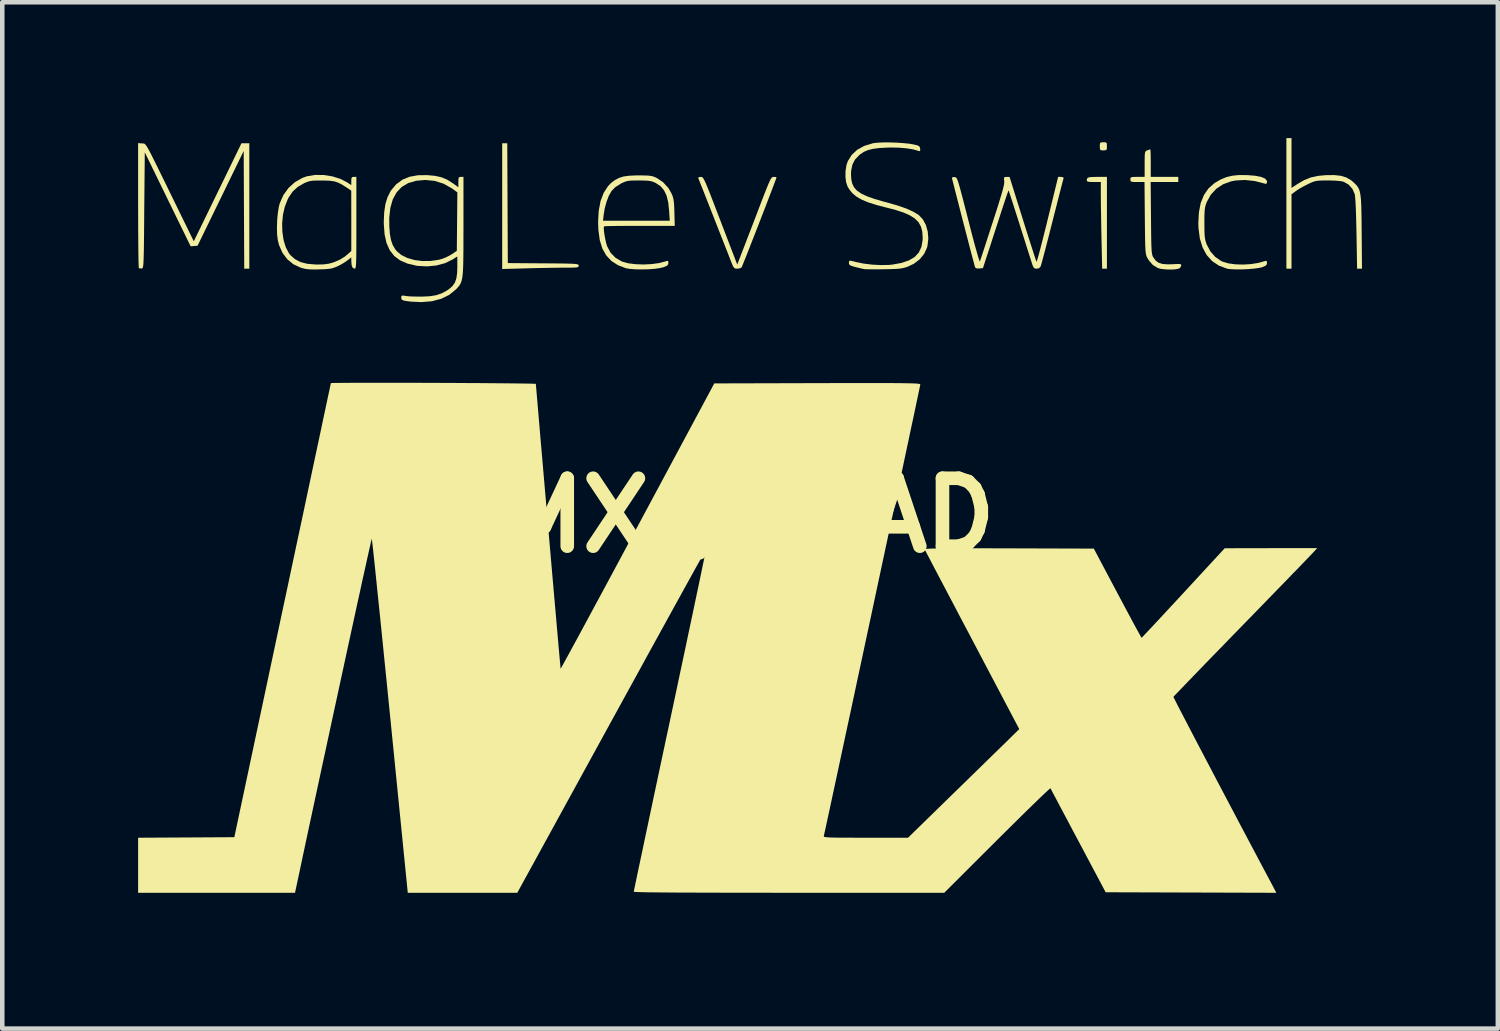
<source format=kicad_pcb>
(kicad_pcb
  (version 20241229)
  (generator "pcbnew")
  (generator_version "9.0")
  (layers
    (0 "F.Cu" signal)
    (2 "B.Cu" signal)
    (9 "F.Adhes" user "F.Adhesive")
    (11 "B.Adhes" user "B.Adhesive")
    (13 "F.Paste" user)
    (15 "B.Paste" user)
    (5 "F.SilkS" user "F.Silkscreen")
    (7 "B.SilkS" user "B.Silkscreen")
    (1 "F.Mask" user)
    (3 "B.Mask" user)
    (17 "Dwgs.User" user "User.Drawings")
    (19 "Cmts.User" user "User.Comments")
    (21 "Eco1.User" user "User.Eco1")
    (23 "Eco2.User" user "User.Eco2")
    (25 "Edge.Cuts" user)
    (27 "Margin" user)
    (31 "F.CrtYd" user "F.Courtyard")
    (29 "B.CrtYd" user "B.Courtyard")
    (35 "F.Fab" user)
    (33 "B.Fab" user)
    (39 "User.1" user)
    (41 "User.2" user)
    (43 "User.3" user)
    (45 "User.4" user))
  (footprint "MX_KiCAD"
    (layer "F.Cu")
    (at 13.511 8.332)
    (property "Reference" "MX_KiCAD" (at 0 0 0) (layer "F.SilkS") (effects (font (size 1.5 1.5) (thickness 0.3))))
    (attr board_only exclude_from_pos_files exclude_from_bom)
    (fp_poly (pts (xy 7.853 -8.239) (xy 7.875 -8.222) (xy 7.881 -8.178) (xy 7.881 -8.151) (xy 7.879 -8.094) (xy 7.864 -8.068) (xy 7.826 -8.062) (xy 7.802 -8.061) (xy 7.752 -8.064) (xy 7.73 -8.081) (xy 7.724 -8.125) (xy 7.724 -8.151) (xy 7.726 -8.209) (xy 7.741 -8.235) (xy 7.779 -8.241) (xy 7.802 -8.241)) (stroke (width 0) (type solid)) (fill yes) (layer "F.SilkS"))
    (fp_poly (pts (xy 7.881 -6.463) (xy 7.881 -5.449) (xy 7.829 -5.449) (xy 7.776 -5.449) (xy 7.761 -6.128) (xy 7.757 -6.316) (xy 7.754 -6.503) (xy 7.751 -6.682) (xy 7.748 -6.844) (xy 7.747 -6.979) (xy 7.746 -7.079) (xy 7.746 -7.085) (xy 7.746 -7.363) (xy 7.588 -7.363) (xy 7.502 -7.365) (xy 7.453 -7.373) (xy 7.435 -7.392) (xy 7.439 -7.425) (xy 7.445 -7.44) (xy 7.459 -7.457) (xy 7.493 -7.468) (xy 7.554 -7.474) (xy 7.65 -7.476) (xy 7.67 -7.476) (xy 7.881 -7.476)) (stroke (width 0) (type solid)) (fill yes) (layer "F.SilkS"))
    (fp_poly (pts (xy -5.354 -6.896) (xy -5.348 -5.573) (xy -4.565 -5.567) (xy -4.357 -5.566) (xy -4.19 -5.564) (xy -4.058 -5.562) (xy -3.959 -5.559) (xy -3.887 -5.556) (xy -3.838 -5.551) (xy -3.807 -5.545) (xy -3.791 -5.538) (xy -3.784 -5.528) (xy -3.783 -5.517) (xy -3.785 -5.498) (xy -3.798 -5.486) (xy -3.827 -5.478) (xy -3.88 -5.474) (xy -3.963 -5.472) (xy -4.083 -5.472) (xy -4.197 -5.471) (xy -4.343 -5.469) (xy -4.512 -5.466) (xy -4.69 -5.463) (xy -4.868 -5.459) (xy -4.928 -5.457) (xy -5.472 -5.442) (xy -5.472 -6.831) (xy -5.472 -8.219) (xy -5.416 -8.219) (xy -5.36 -8.219)) (stroke (width 0) (type solid)) (fill yes) (layer "F.SilkS"))
    (fp_poly (pts (xy -13.426 -8.215) (xy -13.408 -8.214) (xy -13.393 -8.214) (xy -13.379 -8.212) (xy -13.365 -8.204) (xy -13.348 -8.187) (xy -13.327 -8.16) (xy -13.302 -8.118) (xy -13.269 -8.059) (xy -13.227 -7.98) (xy -13.176 -7.878) (xy -13.112 -7.75) (xy -13.035 -7.593) (xy -12.942 -7.404) (xy -12.833 -7.181) (xy -12.715 -6.939) (xy -12.282 -6.054) (xy -11.755 -7.136) (xy -11.229 -8.219) (xy -11.143 -8.219) (xy -11.056 -8.219) (xy -11.056 -6.834) (xy -11.056 -5.449) (xy -11.112 -5.449) (xy -11.168 -5.449) (xy -11.174 -6.749) (xy -11.18 -8.048) (xy -11.689 -7.002) (xy -12.199 -5.956) (xy -12.275 -5.95) (xy -12.351 -5.943) (xy -12.858 -6.981) (xy -13.364 -8.019) (xy -13.376 -6.74) (xy -13.378 -6.468) (xy -13.38 -6.237) (xy -13.382 -6.045) (xy -13.384 -5.887) (xy -13.387 -5.761) (xy -13.39 -5.662) (xy -13.393 -5.587) (xy -13.397 -5.533) (xy -13.402 -5.497) (xy -13.408 -5.474) (xy -13.415 -5.461) (xy -13.424 -5.456) (xy -13.433 -5.454) (xy -13.477 -5.455) (xy -13.495 -5.463) (xy -13.498 -5.488) (xy -13.5 -5.554) (xy -13.503 -5.657) (xy -13.505 -5.793) (xy -13.507 -5.959) (xy -13.508 -6.15) (xy -13.51 -6.363) (xy -13.51 -6.593) (xy -13.511 -6.837) (xy -13.511 -6.851) (xy -13.511 -8.222)) (stroke (width 0) (type solid)) (fill yes) (layer "F.SilkS"))
    (fp_poly (pts (xy 11.957 -7.782) (xy 11.957 -7.232) (xy 12.086 -7.317) (xy 12.235 -7.404) (xy 12.38 -7.463) (xy 12.538 -7.498) (xy 12.723 -7.515) (xy 12.724 -7.515) (xy 12.903 -7.516) (xy 13.048 -7.5) (xy 13.167 -7.463) (xy 13.268 -7.405) (xy 13.313 -7.368) (xy 13.358 -7.326) (xy 13.396 -7.287) (xy 13.426 -7.246) (xy 13.45 -7.198) (xy 13.468 -7.138) (xy 13.481 -7.063) (xy 13.491 -6.966) (xy 13.497 -6.844) (xy 13.501 -6.691) (xy 13.504 -6.502) (xy 13.506 -6.274) (xy 13.506 -6.266) (xy 13.513 -5.449) (xy 13.459 -5.449) (xy 13.405 -5.449) (xy 13.392 -6.221) (xy 13.387 -6.439) (xy 13.382 -6.633) (xy 13.376 -6.799) (xy 13.369 -6.934) (xy 13.361 -7.033) (xy 13.354 -7.092) (xy 13.352 -7.097) (xy 13.302 -7.212) (xy 13.218 -7.306) (xy 13.111 -7.367) (xy 13.11 -7.368) (xy 13.044 -7.382) (xy 12.942 -7.392) (xy 12.814 -7.397) (xy 12.756 -7.397) (xy 12.641 -7.397) (xy 12.558 -7.393) (xy 12.495 -7.385) (xy 12.44 -7.37) (xy 12.38 -7.345) (xy 12.317 -7.315) (xy 12.223 -7.267) (xy 12.13 -7.214) (xy 12.059 -7.168) (xy 12.053 -7.163) (xy 11.957 -7.093) (xy 11.957 -6.271) (xy 11.957 -5.449) (xy 11.901 -5.449) (xy 11.844 -5.449) (xy 11.844 -6.89) (xy 11.844 -8.332) (xy 11.901 -8.332) (xy 11.957 -8.332)) (stroke (width 0) (type solid)) (fill yes) (layer "F.SilkS"))
    (fp_poly (pts (xy 10.977 -7.515) (xy 10.987 -7.515) (xy 11.157 -7.501) (xy 11.284 -7.476) (xy 11.368 -7.442) (xy 11.411 -7.397) (xy 11.416 -7.369) (xy 11.409 -7.329) (xy 11.382 -7.324) (xy 11.377 -7.325) (xy 11.143 -7.385) (xy 10.928 -7.408) (xy 10.725 -7.397) (xy 10.625 -7.378) (xy 10.448 -7.314) (xy 10.297 -7.215) (xy 10.175 -7.083) (xy 10.085 -6.92) (xy 10.083 -6.915) (xy 10.063 -6.86) (xy 10.049 -6.806) (xy 10.04 -6.743) (xy 10.035 -6.661) (xy 10.033 -6.551) (xy 10.033 -6.451) (xy 10.034 -6.315) (xy 10.037 -6.215) (xy 10.043 -6.139) (xy 10.054 -6.079) (xy 10.07 -6.024) (xy 10.086 -5.98) (xy 10.166 -5.831) (xy 10.274 -5.708) (xy 10.404 -5.619) (xy 10.432 -5.606) (xy 10.556 -5.568) (xy 10.71 -5.546) (xy 10.88 -5.54) (xy 11.056 -5.55) (xy 11.223 -5.576) (xy 11.37 -5.617) (xy 11.382 -5.621) (xy 11.408 -5.619) (xy 11.416 -5.58) (xy 11.416 -5.578) (xy 11.409 -5.54) (xy 11.38 -5.513) (xy 11.319 -5.486) (xy 11.31 -5.482) (xy 11.237 -5.465) (xy 11.133 -5.451) (xy 11.007 -5.44) (xy 10.874 -5.434) (xy 10.744 -5.433) (xy 10.631 -5.437) (xy 10.546 -5.447) (xy 10.533 -5.45) (xy 10.355 -5.516) (xy 10.205 -5.616) (xy 10.085 -5.749) (xy 9.994 -5.916) (xy 9.933 -6.114) (xy 9.903 -6.344) (xy 9.899 -6.451) (xy 9.912 -6.692) (xy 9.952 -6.9) (xy 10.023 -7.075) (xy 10.123 -7.221) (xy 10.256 -7.339) (xy 10.395 -7.42) (xy 10.523 -7.472) (xy 10.654 -7.503) (xy 10.801 -7.517)) (stroke (width 0) (type solid)) (fill yes) (layer "F.SilkS"))
    (fp_poly (pts (xy -1.073 -7.475) (xy -1.059 -7.471) (xy -1.044 -7.459) (xy -1.027 -7.437) (xy -1.007 -7.4) (xy -0.981 -7.345) (xy -0.949 -7.268) (xy -0.907 -7.166) (xy -0.856 -7.036) (xy -0.793 -6.873) (xy -0.717 -6.674) (xy -0.653 -6.508) (xy -0.282 -5.54) (xy -0.18 -5.804) (xy -0.146 -5.892) (xy -0.099 -6.014) (xy -0.042 -6.163) (xy 0.023 -6.33) (xy 0.092 -6.51) (xy 0.162 -6.693) (xy 0.192 -6.772) (xy 0.265 -6.963) (xy 0.324 -7.115) (xy 0.371 -7.234) (xy 0.408 -7.323) (xy 0.437 -7.387) (xy 0.459 -7.431) (xy 0.478 -7.457) (xy 0.494 -7.47) (xy 0.51 -7.475) (xy 0.524 -7.476) (xy 0.569 -7.473) (xy 0.585 -7.465) (xy 0.578 -7.441) (xy 0.555 -7.379) (xy 0.52 -7.286) (xy 0.475 -7.166) (xy 0.42 -7.024) (xy 0.36 -6.866) (xy 0.294 -6.696) (xy 0.226 -6.52) (xy 0.157 -6.342) (xy 0.089 -6.168) (xy 0.024 -6.003) (xy -0.035 -5.852) (xy -0.087 -5.719) (xy -0.131 -5.611) (xy -0.163 -5.531) (xy -0.182 -5.486) (xy -0.186 -5.477) (xy -0.222 -5.458) (xy -0.28 -5.449) (xy -0.283 -5.449) (xy -0.32 -5.451) (xy -0.347 -5.464) (xy -0.37 -5.494) (xy -0.396 -5.551) (xy -0.425 -5.624) (xy -0.445 -5.676) (xy -0.478 -5.761) (xy -0.523 -5.875) (xy -0.576 -6.011) (xy -0.637 -6.165) (xy -0.702 -6.33) (xy -0.769 -6.502) (xy -0.837 -6.675) (xy -0.903 -6.843) (xy -0.965 -7.001) (xy -1.021 -7.143) (xy -1.069 -7.265) (xy -1.107 -7.36) (xy -1.132 -7.423) (xy -1.142 -7.448) (xy -1.133 -7.47) (xy -1.089 -7.476)) (stroke (width 0) (type solid)) (fill yes) (layer "F.SilkS"))
    (fp_poly (pts (xy 8.843 -8.063) (xy 8.846 -8.005) (xy 8.848 -7.918) (xy 8.849 -7.811) (xy 8.849 -7.78) (xy 8.849 -7.476) (xy 9.153 -7.476) (xy 9.457 -7.476) (xy 9.457 -7.42) (xy 9.457 -7.363) (xy 9.152 -7.363) (xy 8.847 -7.363) (xy 8.854 -6.57) (xy 8.856 -6.359) (xy 8.858 -6.188) (xy 8.86 -6.053) (xy 8.863 -5.948) (xy 8.867 -5.869) (xy 8.872 -5.81) (xy 8.879 -5.768) (xy 8.887 -5.737) (xy 8.898 -5.713) (xy 8.907 -5.697) (xy 8.959 -5.626) (xy 9.024 -5.579) (xy 9.11 -5.553) (xy 9.225 -5.545) (xy 9.318 -5.547) (xy 9.416 -5.552) (xy 9.477 -5.553) (xy 9.509 -5.547) (xy 9.521 -5.535) (xy 9.521 -5.514) (xy 9.521 -5.51) (xy 9.494 -5.465) (xy 9.457 -5.447) (xy 9.378 -5.434) (xy 9.276 -5.43) (xy 9.169 -5.434) (xy 9.073 -5.445) (xy 9.007 -5.463) (xy 8.896 -5.53) (xy 8.808 -5.63) (xy 8.774 -5.686) (xy 8.761 -5.711) (xy 8.751 -5.739) (xy 8.743 -5.772) (xy 8.736 -5.818) (xy 8.731 -5.88) (xy 8.727 -5.963) (xy 8.724 -6.072) (xy 8.722 -6.212) (xy 8.72 -6.389) (xy 8.718 -6.57) (xy 8.711 -7.363) (xy 8.555 -7.363) (xy 8.473 -7.364) (xy 8.427 -7.369) (xy 8.405 -7.382) (xy 8.399 -7.405) (xy 8.399 -7.42) (xy 8.401 -7.449) (xy 8.415 -7.466) (xy 8.449 -7.474) (xy 8.515 -7.476) (xy 8.557 -7.476) (xy 8.714 -7.476) (xy 8.714 -7.758) (xy 8.715 -7.875) (xy 8.716 -7.954) (xy 8.721 -8.005) (xy 8.73 -8.034) (xy 8.746 -8.05) (xy 8.769 -8.061) (xy 8.772 -8.062) (xy 8.818 -8.078) (xy 8.84 -8.084)) (stroke (width 0) (type solid)) (fill yes) (layer "F.SilkS"))
    (fp_poly (pts (xy -9.417 -7.518) (xy -9.224 -7.488) (xy -9.042 -7.431) (xy -8.892 -7.353) (xy -8.804 -7.295) (xy -8.804 -7.385) (xy -8.801 -7.444) (xy -8.787 -7.47) (xy -8.753 -7.476) (xy -8.748 -7.476) (xy -8.692 -7.476) (xy -8.692 -6.463) (xy -8.692 -6.223) (xy -8.692 -6.024) (xy -8.693 -5.862) (xy -8.694 -5.734) (xy -8.696 -5.636) (xy -8.699 -5.563) (xy -8.703 -5.512) (xy -8.708 -5.479) (xy -8.714 -5.46) (xy -8.722 -5.452) (xy -8.732 -5.449) (xy -8.734 -5.449) (xy -8.774 -5.469) (xy -8.797 -5.531) (xy -8.804 -5.625) (xy -8.804 -5.699) (xy -8.889 -5.632) (xy -8.957 -5.585) (xy -9.044 -5.534) (xy -9.108 -5.502) (xy -9.173 -5.475) (xy -9.233 -5.456) (xy -9.3 -5.445) (xy -9.387 -5.438) (xy -9.507 -5.434) (xy -9.514 -5.433) (xy -9.642 -5.432) (xy -9.739 -5.435) (xy -9.816 -5.444) (xy -9.887 -5.461) (xy -9.922 -5.472) (xy -10.082 -5.547) (xy -10.217 -5.657) (xy -10.324 -5.799) (xy -10.399 -5.969) (xy -10.426 -6.074) (xy -10.442 -6.199) (xy -10.446 -6.35) (xy -10.443 -6.45) (xy -10.331 -6.45) (xy -10.326 -6.262) (xy -10.3 -6.084) (xy -10.252 -5.925) (xy -10.183 -5.793) (xy -10.15 -5.75) (xy -10.05 -5.661) (xy -9.93 -5.597) (xy -9.782 -5.558) (xy -9.602 -5.542) (xy -9.552 -5.541) (xy -9.416 -5.544) (xy -9.305 -5.559) (xy -9.204 -5.586) (xy -9.066 -5.643) (xy -8.95 -5.714) (xy -8.866 -5.784) (xy -8.804 -5.841) (xy -8.804 -6.506) (xy -8.805 -7.172) (xy -8.911 -7.244) (xy -9.01 -7.307) (xy -9.094 -7.35) (xy -9.179 -7.377) (xy -9.277 -7.391) (xy -9.402 -7.396) (xy -9.457 -7.396) (xy -9.574 -7.396) (xy -9.658 -7.392) (xy -9.722 -7.382) (xy -9.777 -7.366) (xy -9.836 -7.341) (xy -9.841 -7.339) (xy -9.986 -7.255) (xy -10.098 -7.153) (xy -10.188 -7.02) (xy -10.208 -6.981) (xy -10.272 -6.818) (xy -10.313 -6.638) (xy -10.331 -6.45) (xy -10.443 -6.45) (xy -10.441 -6.512) (xy -10.427 -6.671) (xy -10.405 -6.811) (xy -10.384 -6.892) (xy -10.304 -7.074) (xy -10.19 -7.232) (xy -10.048 -7.36) (xy -9.883 -7.454) (xy -9.785 -7.489) (xy -9.609 -7.519)) (stroke (width 0) (type solid)) (fill yes) (layer "F.SilkS"))
    (fp_poly (pts (xy -2.332 -7.508) (xy -2.243 -7.504) (xy -2.178 -7.496) (xy -2.127 -7.482) (xy -2.077 -7.461) (xy -2.068 -7.457) (xy -1.921 -7.36) (xy -1.802 -7.23) (xy -1.737 -7.117) (xy -1.712 -7.06) (xy -1.695 -7.005) (xy -1.684 -6.941) (xy -1.676 -6.857) (xy -1.671 -6.744) (xy -1.67 -6.693) (xy -1.662 -6.395) (xy -2.437 -6.395) (xy -2.62 -6.395) (xy -2.787 -6.394) (xy -2.935 -6.393) (xy -3.058 -6.391) (xy -3.15 -6.389) (xy -3.207 -6.386) (xy -3.223 -6.384) (xy -3.229 -6.353) (xy -3.226 -6.29) (xy -3.215 -6.207) (xy -3.199 -6.115) (xy -3.179 -6.026) (xy -3.158 -5.952) (xy -3.154 -5.942) (xy -3.078 -5.801) (xy -2.969 -5.689) (xy -2.828 -5.608) (xy -2.817 -5.604) (xy -2.686 -5.568) (xy -2.526 -5.548) (xy -2.349 -5.542) (xy -2.171 -5.551) (xy -2.003 -5.574) (xy -1.859 -5.612) (xy -1.841 -5.619) (xy -1.811 -5.621) (xy -1.802 -5.59) (xy -1.801 -5.578) (xy -1.809 -5.54) (xy -1.838 -5.513) (xy -1.899 -5.486) (xy -1.908 -5.482) (xy -1.992 -5.462) (xy -2.108 -5.446) (xy -2.244 -5.436) (xy -2.388 -5.433) (xy -2.526 -5.435) (xy -2.647 -5.444) (xy -2.738 -5.459) (xy -2.742 -5.46) (xy -2.917 -5.527) (xy -3.061 -5.62) (xy -3.175 -5.742) (xy -3.261 -5.895) (xy -3.318 -6.081) (xy -3.348 -6.3) (xy -3.354 -6.474) (xy -3.353 -6.508) (xy -3.246 -6.508) (xy -2.509 -6.508) (xy -1.772 -6.508) (xy -1.786 -6.727) (xy -1.806 -6.914) (xy -1.843 -7.064) (xy -1.899 -7.181) (xy -1.977 -7.272) (xy -2.079 -7.34) (xy -2.088 -7.344) (xy -2.141 -7.368) (xy -2.195 -7.383) (xy -2.259 -7.392) (xy -2.346 -7.396) (xy -2.454 -7.397) (xy -2.569 -7.396) (xy -2.651 -7.393) (xy -2.712 -7.384) (xy -2.765 -7.368) (xy -2.823 -7.342) (xy -2.848 -7.33) (xy -2.976 -7.248) (xy -3.057 -7.165) (xy -3.116 -7.062) (xy -3.168 -6.928) (xy -3.209 -6.776) (xy -3.231 -6.637) (xy -3.246 -6.508) (xy -3.353 -6.508) (xy -3.341 -6.725) (xy -3.3 -6.942) (xy -3.231 -7.124) (xy -3.136 -7.271) (xy -3.071 -7.339) (xy -2.984 -7.405) (xy -2.894 -7.453) (xy -2.791 -7.485) (xy -2.665 -7.502) (xy -2.507 -7.509) (xy -2.454 -7.509)) (stroke (width 0) (type solid)) (fill yes) (layer "F.SilkS"))
    (fp_poly (pts (xy -6.955 -7.499) (xy -6.812 -7.467) (xy -6.685 -7.414) (xy -6.561 -7.335) (xy -6.553 -7.33) (xy -6.44 -7.247) (xy -6.44 -7.361) (xy -6.438 -7.429) (xy -6.429 -7.463) (xy -6.407 -7.475) (xy -6.384 -7.476) (xy -6.327 -7.476) (xy -6.327 -6.388) (xy -6.328 -6.122) (xy -6.328 -5.897) (xy -6.33 -5.71) (xy -6.332 -5.555) (xy -6.337 -5.429) (xy -6.344 -5.328) (xy -6.354 -5.248) (xy -6.368 -5.185) (xy -6.385 -5.135) (xy -6.407 -5.094) (xy -6.433 -5.057) (xy -6.465 -5.022) (xy -6.496 -4.989) (xy -6.643 -4.87) (xy -6.82 -4.784) (xy -7.025 -4.73) (xy -7.258 -4.711) (xy -7.476 -4.721) (xy -7.579 -4.733) (xy -7.645 -4.745) (xy -7.682 -4.76) (xy -7.698 -4.782) (xy -7.701 -4.809) (xy -7.698 -4.843) (xy -7.68 -4.856) (xy -7.636 -4.853) (xy -7.605 -4.847) (xy -7.543 -4.84) (xy -7.45 -4.835) (xy -7.34 -4.833) (xy -7.251 -4.832) (xy -7.076 -4.84) (xy -6.933 -4.863) (xy -6.81 -4.904) (xy -6.695 -4.966) (xy -6.643 -5.001) (xy -6.569 -5.066) (xy -6.517 -5.141) (xy -6.484 -5.235) (xy -6.467 -5.356) (xy -6.463 -5.488) (xy -6.463 -5.719) (xy -6.57 -5.651) (xy -6.734 -5.571) (xy -6.925 -5.52) (xy -7.131 -5.5) (xy -7.344 -5.512) (xy -7.364 -5.515) (xy -7.561 -5.561) (xy -7.724 -5.631) (xy -7.855 -5.729) (xy -7.955 -5.856) (xy -8.026 -6.015) (xy -8.069 -6.207) (xy -8.086 -6.435) (xy -8.087 -6.474) (xy -8.083 -6.576) (xy -7.966 -6.576) (xy -7.965 -6.386) (xy -7.952 -6.218) (xy -7.928 -6.085) (xy -7.892 -5.978) (xy -7.84 -5.887) (xy -7.802 -5.838) (xy -7.702 -5.753) (xy -7.569 -5.687) (xy -7.412 -5.641) (xy -7.238 -5.618) (xy -7.058 -5.619) (xy -6.878 -5.645) (xy -6.802 -5.665) (xy -6.717 -5.698) (xy -6.626 -5.744) (xy -6.583 -5.77) (xy -6.474 -5.843) (xy -6.468 -6.489) (xy -6.462 -7.135) (xy -6.59 -7.227) (xy -6.767 -7.326) (xy -6.963 -7.388) (xy -7.17 -7.408) (xy -7.372 -7.391) (xy -7.545 -7.34) (xy -7.689 -7.255) (xy -7.802 -7.136) (xy -7.887 -6.983) (xy -7.941 -6.796) (xy -7.966 -6.576) (xy -8.083 -6.576) (xy -8.078 -6.692) (xy -8.051 -6.874) (xy -8.004 -7.029) (xy -7.935 -7.163) (xy -7.926 -7.178) (xy -7.812 -7.313) (xy -7.677 -7.413) (xy -7.517 -7.479) (xy -7.329 -7.513) (xy -7.128 -7.515)) (stroke (width 0) (type solid)) (fill yes) (layer "F.SilkS"))
    (fp_poly (pts (xy 3.235 -8.232) (xy 3.384 -8.222) (xy 3.516 -8.209) (xy 3.614 -8.192) (xy 3.689 -8.174) (xy 3.731 -8.156) (xy 3.75 -8.131) (xy 3.757 -8.098) (xy 3.758 -8.053) (xy 3.742 -8.043) (xy 3.723 -8.049) (xy 3.609 -8.082) (xy 3.462 -8.106) (xy 3.291 -8.121) (xy 3.107 -8.125) (xy 3.029 -8.123) (xy 2.854 -8.113) (xy 2.716 -8.095) (xy 2.606 -8.068) (xy 2.514 -8.029) (xy 2.434 -7.975) (xy 2.411 -7.956) (xy 2.317 -7.857) (xy 2.26 -7.745) (xy 2.233 -7.611) (xy 2.23 -7.537) (xy 2.236 -7.423) (xy 2.258 -7.326) (xy 2.299 -7.243) (xy 2.364 -7.171) (xy 2.456 -7.108) (xy 2.58 -7.049) (xy 2.739 -6.993) (xy 2.937 -6.934) (xy 3.018 -6.913) (xy 3.259 -6.844) (xy 3.457 -6.775) (xy 3.612 -6.704) (xy 3.727 -6.633) (xy 3.817 -6.538) (xy 3.884 -6.412) (xy 3.925 -6.266) (xy 3.937 -6.11) (xy 3.919 -5.953) (xy 3.908 -5.912) (xy 3.846 -5.777) (xy 3.747 -5.656) (xy 3.618 -5.558) (xy 3.49 -5.497) (xy 3.431 -5.476) (xy 3.373 -5.461) (xy 3.308 -5.451) (xy 3.226 -5.444) (xy 3.119 -5.44) (xy 2.977 -5.437) (xy 2.961 -5.437) (xy 2.83 -5.435) (xy 2.712 -5.435) (xy 2.614 -5.436) (xy 2.547 -5.438) (xy 2.522 -5.44) (xy 2.47 -5.451) (xy 2.394 -5.469) (xy 2.325 -5.486) (xy 2.248 -5.508) (xy 2.205 -5.527) (xy 2.187 -5.55) (xy 2.184 -5.576) (xy 2.186 -5.607) (xy 2.196 -5.623) (xy 2.224 -5.625) (xy 2.279 -5.612) (xy 2.342 -5.596) (xy 2.506 -5.562) (xy 2.694 -5.539) (xy 2.887 -5.529) (xy 3.066 -5.532) (xy 3.139 -5.539) (xy 3.344 -5.576) (xy 3.509 -5.632) (xy 3.636 -5.708) (xy 3.728 -5.807) (xy 3.785 -5.929) (xy 3.811 -6.078) (xy 3.813 -6.136) (xy 3.804 -6.268) (xy 3.774 -6.38) (xy 3.72 -6.476) (xy 3.638 -6.558) (xy 3.524 -6.63) (xy 3.376 -6.694) (xy 3.188 -6.754) (xy 3.007 -6.8) (xy 2.788 -6.857) (xy 2.609 -6.914) (xy 2.465 -6.974) (xy 2.351 -7.04) (xy 2.261 -7.115) (xy 2.191 -7.202) (xy 2.155 -7.262) (xy 2.122 -7.358) (xy 2.107 -7.48) (xy 2.11 -7.612) (xy 2.13 -7.737) (xy 2.157 -7.818) (xy 2.244 -7.959) (xy 2.366 -8.074) (xy 2.521 -8.16) (xy 2.708 -8.217) (xy 2.72 -8.22) (xy 2.812 -8.231) (xy 2.937 -8.237) (xy 3.082 -8.237)) (stroke (width 0) (type solid)) (fill yes) (layer "F.SilkS"))
    (fp_poly (pts (xy 6.916 -7.468) (xy 6.924 -7.448) (xy 6.917 -7.421) (xy 6.899 -7.354) (xy 6.873 -7.254) (xy 6.84 -7.124) (xy 6.8 -6.968) (xy 6.755 -6.792) (xy 6.706 -6.601) (xy 6.677 -6.485) (xy 6.626 -6.286) (xy 6.578 -6.098) (xy 6.534 -5.928) (xy 6.495 -5.779) (xy 6.462 -5.657) (xy 6.438 -5.567) (xy 6.422 -5.513) (xy 6.418 -5.5) (xy 6.383 -5.459) (xy 6.33 -5.449) (xy 6.288 -5.454) (xy 6.262 -5.476) (xy 6.239 -5.526) (xy 6.229 -5.556) (xy 6.214 -5.603) (xy 6.188 -5.686) (xy 6.151 -5.801) (xy 6.106 -5.942) (xy 6.056 -6.102) (xy 6 -6.276) (xy 5.956 -6.417) (xy 5.9 -6.592) (xy 5.848 -6.754) (xy 5.803 -6.896) (xy 5.764 -7.015) (xy 5.735 -7.104) (xy 5.716 -7.16) (xy 5.71 -7.178) (xy 5.701 -7.16) (xy 5.681 -7.104) (xy 5.651 -7.018) (xy 5.614 -6.907) (xy 5.571 -6.776) (xy 5.548 -6.706) (xy 5.493 -6.534) (xy 5.432 -6.348) (xy 5.371 -6.16) (xy 5.315 -5.986) (xy 5.268 -5.843) (xy 5.143 -5.461) (xy 5.062 -5.454) (xy 5.002 -5.455) (xy 4.974 -5.474) (xy 4.968 -5.487) (xy 4.956 -5.528) (xy 4.936 -5.605) (xy 4.907 -5.713) (xy 4.872 -5.845) (xy 4.832 -5.998) (xy 4.789 -6.165) (xy 4.743 -6.342) (xy 4.696 -6.522) (xy 4.65 -6.701) (xy 4.606 -6.872) (xy 4.565 -7.032) (xy 4.529 -7.173) (xy 4.499 -7.292) (xy 4.476 -7.382) (xy 4.462 -7.438) (xy 4.459 -7.456) (xy 4.478 -7.47) (xy 4.519 -7.472) (xy 4.534 -7.469) (xy 4.547 -7.463) (xy 4.56 -7.449) (xy 4.574 -7.424) (xy 4.59 -7.383) (xy 4.609 -7.323) (xy 4.633 -7.24) (xy 4.663 -7.13) (xy 4.7 -6.99) (xy 4.745 -6.815) (xy 4.8 -6.601) (xy 4.821 -6.519) (xy 4.871 -6.322) (xy 4.919 -6.14) (xy 4.962 -5.978) (xy 5.001 -5.84) (xy 5.032 -5.73) (xy 5.056 -5.653) (xy 5.071 -5.612) (xy 5.075 -5.607) (xy 5.085 -5.635) (xy 5.107 -5.702) (xy 5.14 -5.801) (xy 5.182 -5.929) (xy 5.231 -6.08) (xy 5.286 -6.25) (xy 5.345 -6.433) (xy 5.357 -6.469) (xy 5.428 -6.688) (xy 5.485 -6.869) (xy 5.53 -7.016) (xy 5.565 -7.132) (xy 5.589 -7.221) (xy 5.605 -7.289) (xy 5.613 -7.339) (xy 5.614 -7.374) (xy 5.613 -7.386) (xy 5.607 -7.443) (xy 5.617 -7.469) (xy 5.648 -7.475) (xy 5.666 -7.475) (xy 5.731 -7.475) (xy 6.022 -6.547) (xy 6.083 -6.351) (xy 6.141 -6.168) (xy 6.194 -6.003) (xy 6.24 -5.861) (xy 6.277 -5.745) (xy 6.305 -5.661) (xy 6.322 -5.612) (xy 6.327 -5.602) (xy 6.335 -5.619) (xy 6.352 -5.676) (xy 6.378 -5.768) (xy 6.411 -5.891) (xy 6.449 -6.04) (xy 6.493 -6.212) (xy 6.54 -6.4) (xy 6.572 -6.531) (xy 6.804 -7.476) (xy 6.869 -7.476)) (stroke (width 0) (type solid)) (fill yes) (layer "F.SilkS"))
    (fp_poly (pts (xy -7.876 -2.93) (xy -7.613 -2.929) (xy -7.343 -2.929) (xy -7.068 -2.928) (xy -6.791 -2.927) (xy -6.518 -2.926) (xy -6.251 -2.924) (xy -5.993 -2.923) (xy -5.75 -2.921) (xy -5.524 -2.919) (xy -5.318 -2.917) (xy -5.138 -2.915) (xy -4.985 -2.913) (xy -4.865 -2.911) (xy -4.781 -2.909) (xy -4.735 -2.907) (xy -4.729 -2.905) (xy -4.727 -2.879) (xy -4.721 -2.811) (xy -4.712 -2.704) (xy -4.7 -2.563) (xy -4.685 -2.389) (xy -4.668 -2.186) (xy -4.648 -1.956) (xy -4.627 -1.704) (xy -4.603 -1.432) (xy -4.578 -1.144) (xy -4.552 -0.841) (xy -4.525 -0.529) (xy -4.497 -0.209) (xy -4.469 0.116) (xy -4.441 0.441) (xy -4.413 0.765) (xy -4.385 1.084) (xy -4.358 1.394) (xy -4.332 1.693) (xy -4.307 1.978) (xy -4.283 2.246) (xy -4.262 2.492) (xy -4.242 2.715) (xy -4.225 2.912) (xy -4.21 3.078) (xy -4.198 3.212) (xy -4.189 3.309) (xy -4.184 3.367) (xy -4.182 3.383) (xy -4.171 3.366) (xy -4.14 3.311) (xy -4.09 3.22) (xy -4.022 3.096) (xy -3.937 2.94) (xy -3.837 2.756) (xy -3.722 2.544) (xy -3.594 2.307) (xy -3.454 2.047) (xy -3.302 1.766) (xy -3.141 1.467) (xy -2.971 1.15) (xy -2.793 0.819) (xy -2.609 0.476) (xy -2.483 0.242) (xy -0.789 -2.916) (xy 1.486 -2.922) (xy 1.859 -2.923) (xy 2.19 -2.923) (xy 2.48 -2.924) (xy 2.733 -2.924) (xy 2.952 -2.923) (xy 3.137 -2.923) (xy 3.293 -2.922) (xy 3.421 -2.92) (xy 3.525 -2.918) (xy 3.605 -2.916) (xy 3.666 -2.913) (xy 3.71 -2.909) (xy 3.738 -2.905) (xy 3.754 -2.901) (xy 3.76 -2.895) (xy 3.76 -2.894) (xy 3.756 -2.869) (xy 3.742 -2.804) (xy 3.72 -2.698) (xy 3.69 -2.556) (xy 3.653 -2.38) (xy 3.609 -2.172) (xy 3.558 -1.934) (xy 3.502 -1.668) (xy 3.44 -1.378) (xy 3.374 -1.066) (xy 3.303 -0.733) (xy 3.228 -0.383) (xy 3.151 -0.018) (xy 3.07 0.36) (xy 2.987 0.749) (xy 2.902 1.146) (xy 2.816 1.548) (xy 2.73 1.953) (xy 2.643 2.36) (xy 2.556 2.764) (xy 2.471 3.165) (xy 2.386 3.559) (xy 2.304 3.945) (xy 2.224 4.319) (xy 2.146 4.68) (xy 2.072 5.025) (xy 2.002 5.351) (xy 1.937 5.657) (xy 1.876 5.939) (xy 1.821 6.196) (xy 1.772 6.425) (xy 1.729 6.623) (xy 1.693 6.789) (xy 1.665 6.919) (xy 1.644 7.012) (xy 1.633 7.065) (xy 1.63 7.076) (xy 1.629 7.086) (xy 1.636 7.094) (xy 1.654 7.1) (xy 1.688 7.105) (xy 1.741 7.109) (xy 1.818 7.112) (xy 1.921 7.114) (xy 2.056 7.115) (xy 2.226 7.115) (xy 2.436 7.116) (xy 2.554 7.116) (xy 3.489 7.116) (xy 4.542 6.088) (xy 4.729 5.906) (xy 4.911 5.728) (xy 5.085 5.559) (xy 5.246 5.401) (xy 5.393 5.258) (xy 5.521 5.133) (xy 5.628 5.029) (xy 5.709 4.949) (xy 5.763 4.896) (xy 5.77 4.889) (xy 5.945 4.717) (xy 4.907 2.747) (xy 4.761 2.47) (xy 4.62 2.204) (xy 4.488 1.951) (xy 4.364 1.716) (xy 4.25 1.499) (xy 4.147 1.304) (xy 4.058 1.134) (xy 3.984 0.992) (xy 3.925 0.88) (xy 3.883 0.8) (xy 3.861 0.756) (xy 3.857 0.749) (xy 3.863 0.743) (xy 3.887 0.739) (xy 3.931 0.735) (xy 3.997 0.732) (xy 4.089 0.729) (xy 4.208 0.727) (xy 4.358 0.726) (xy 4.539 0.725) (xy 4.756 0.724) (xy 5.01 0.725) (xy 5.303 0.725) (xy 5.639 0.726) (xy 5.719 0.726) (xy 7.592 0.732) (xy 8.114 1.717) (xy 8.217 1.91) (xy 8.313 2.091) (xy 8.402 2.256) (xy 8.479 2.4) (xy 8.545 2.521) (xy 8.596 2.613) (xy 8.63 2.674) (xy 8.646 2.7) (xy 8.647 2.7) (xy 8.664 2.684) (xy 8.708 2.637) (xy 8.778 2.563) (xy 8.871 2.465) (xy 8.983 2.345) (xy 9.112 2.206) (xy 9.255 2.052) (xy 9.411 1.884) (xy 9.57 1.712) (xy 10.482 0.724) (xy 11.503 0.722) (xy 12.525 0.721) (xy 12.399 0.857) (xy 12.365 0.892) (xy 12.302 0.958) (xy 12.212 1.051) (xy 12.099 1.169) (xy 11.963 1.308) (xy 11.809 1.468) (xy 11.637 1.644) (xy 11.452 1.835) (xy 11.254 2.039) (xy 11.047 2.252) (xy 10.833 2.471) (xy 10.815 2.49) (xy 10.603 2.707) (xy 10.401 2.916) (xy 10.21 3.112) (xy 10.032 3.295) (xy 9.87 3.463) (xy 9.726 3.612) (xy 9.602 3.74) (xy 9.501 3.846) (xy 9.423 3.927) (xy 9.372 3.98) (xy 9.351 4.004) (xy 9.35 4.005) (xy 9.359 4.027) (xy 9.389 4.086) (xy 9.436 4.18) (xy 9.501 4.305) (xy 9.582 4.461) (xy 9.677 4.643) (xy 9.784 4.849) (xy 9.904 5.078) (xy 10.034 5.326) (xy 10.173 5.59) (xy 10.319 5.869) (xy 10.472 6.159) (xy 10.63 6.458) (xy 10.791 6.764) (xy 10.955 7.074) (xy 11.12 7.385) (xy 11.284 7.695) (xy 11.447 8.001) (xy 11.488 8.078) (xy 11.622 8.332) (xy 9.738 8.326) (xy 7.853 8.32) (xy 7.249 7.183) (xy 7.137 6.974) (xy 7.033 6.776) (xy 6.936 6.594) (xy 6.849 6.43) (xy 6.775 6.29) (xy 6.714 6.175) (xy 6.669 6.09) (xy 6.642 6.038) (xy 6.635 6.023) (xy 6.618 6.035) (xy 6.571 6.077) (xy 6.498 6.145) (xy 6.401 6.238) (xy 6.282 6.353) (xy 6.143 6.488) (xy 5.988 6.64) (xy 5.819 6.807) (xy 5.638 6.986) (xy 5.457 7.166) (xy 4.289 8.332) (xy 0.861 8.332) (xy 0.342 8.331) (xy -0.132 8.331) (xy -0.562 8.33) (xy -0.949 8.329) (xy -1.293 8.328) (xy -1.595 8.327) (xy -1.855 8.325) (xy -2.074 8.323) (xy -2.252 8.321) (xy -2.389 8.318) (xy -2.488 8.315) (xy -2.547 8.312) (xy -2.567 8.308) (xy -2.567 8.308) (xy -2.562 8.284) (xy -2.549 8.218) (xy -2.527 8.113) (xy -2.497 7.97) (xy -2.46 7.792) (xy -2.415 7.582) (xy -2.364 7.341) (xy -2.308 7.073) (xy -2.245 6.778) (xy -2.178 6.46) (xy -2.106 6.12) (xy -2.03 5.762) (xy -1.95 5.386) (xy -1.867 4.996) (xy -1.781 4.594) (xy -1.766 4.523) (xy -1.68 4.119) (xy -1.597 3.728) (xy -1.517 3.35) (xy -1.44 2.99) (xy -1.368 2.647) (xy -1.3 2.326) (xy -1.237 2.028) (xy -1.18 1.756) (xy -1.128 1.512) (xy -1.084 1.297) (xy -1.046 1.115) (xy -1.015 0.968) (xy -0.992 0.857) (xy -0.978 0.785) (xy -0.972 0.755) (xy -0.972 0.754) (xy -0.984 0.773) (xy -1.016 0.829) (xy -1.067 0.921) (xy -1.137 1.047) (xy -1.225 1.205) (xy -1.328 1.392) (xy -1.448 1.608) (xy -1.581 1.85) (xy -1.728 2.116) (xy -1.887 2.405) (xy -2.057 2.714) (xy -2.237 3.041) (xy -2.426 3.386) (xy -2.623 3.745) (xy -2.827 4.116) (xy -3.037 4.499) (xy -3.059 4.539) (xy -5.139 8.332) (xy -6.348 8.332) (xy -7.557 8.332) (xy -7.947 4.43) (xy -7.989 4.016) (xy -8.029 3.613) (xy -8.069 3.225) (xy -8.106 2.853) (xy -8.142 2.5) (xy -8.176 2.169) (xy -8.208 1.86) (xy -8.237 1.578) (xy -8.263 1.324) (xy -8.286 1.1) (xy -8.307 0.909) (xy -8.323 0.753) (xy -8.337 0.634) (xy -8.346 0.554) (xy -8.351 0.517) (xy -8.352 0.514) (xy -8.357 0.534) (xy -8.372 0.596) (xy -8.395 0.697) (xy -8.426 0.835) (xy -8.464 1.006) (xy -8.509 1.21) (xy -8.561 1.443) (xy -8.617 1.703) (xy -8.68 1.987) (xy -8.746 2.293) (xy -8.817 2.619) (xy -8.892 2.962) (xy -8.969 3.319) (xy -9.049 3.688) (xy -9.131 4.068) (xy -9.215 4.454) (xy -9.299 4.845) (xy -9.384 5.238) (xy -9.469 5.632) (xy -9.553 6.022) (xy -9.636 6.408) (xy -9.717 6.786) (xy -9.796 7.154) (xy -9.872 7.51) (xy -9.944 7.851) (xy -10.013 8.174) (xy -10.024 8.225) (xy -10.047 8.332) (xy -11.779 8.332) (xy -13.511 8.332) (xy -13.511 7.724) (xy -13.511 7.116) (xy -12.449 7.11) (xy -11.387 7.104) (xy -10.322 2.094) (xy -10.222 1.628) (xy -10.126 1.173) (xy -10.032 0.731) (xy -9.941 0.306) (xy -9.854 -0.102) (xy -9.772 -0.491) (xy -9.694 -0.858) (xy -9.621 -1.201) (xy -9.553 -1.52) (xy -9.491 -1.81) (xy -9.436 -2.072) (xy -9.387 -2.302) (xy -9.345 -2.499) (xy -9.311 -2.661) (xy -9.284 -2.785) (xy -9.266 -2.871) (xy -9.257 -2.915) (xy -9.255 -2.922) (xy -9.233 -2.924) (xy -9.17 -2.926) (xy -9.069 -2.927) (xy -8.933 -2.928) (xy -8.768 -2.929) (xy -8.576 -2.93) (xy -8.36 -2.93) (xy -8.126 -2.93)) (stroke (width 0) (type solid)) (fill yes) (layer "F.SilkS")))
  (gr_rect
    (start -3 -3)
    (end 30.024 19.663)
    (stroke (width 0.1) (type default))
    (fill no)
    (layer "Edge.Cuts")))
</source>
